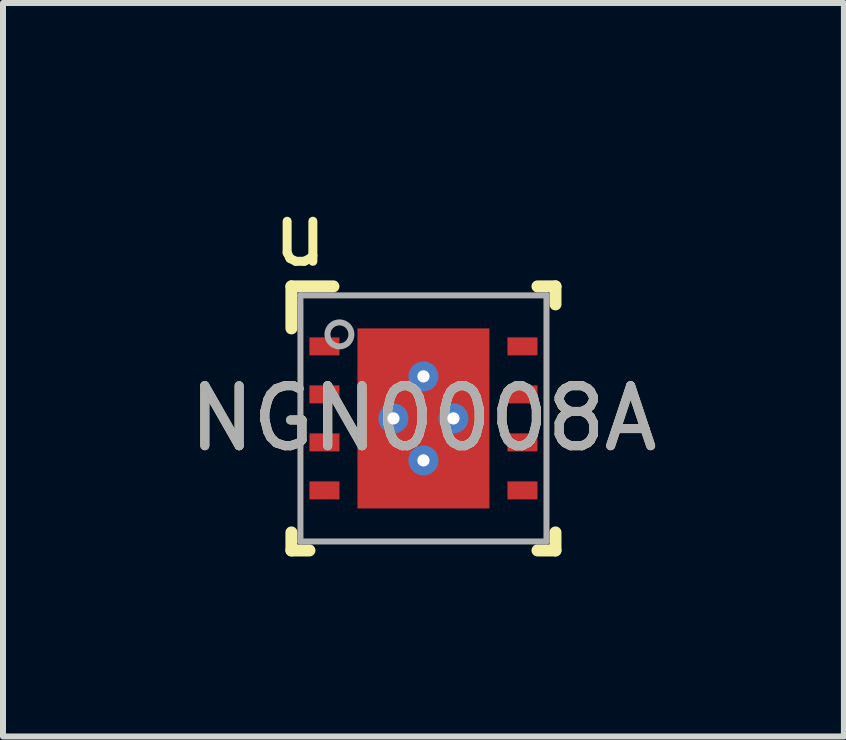
<source format=kicad_pcb>
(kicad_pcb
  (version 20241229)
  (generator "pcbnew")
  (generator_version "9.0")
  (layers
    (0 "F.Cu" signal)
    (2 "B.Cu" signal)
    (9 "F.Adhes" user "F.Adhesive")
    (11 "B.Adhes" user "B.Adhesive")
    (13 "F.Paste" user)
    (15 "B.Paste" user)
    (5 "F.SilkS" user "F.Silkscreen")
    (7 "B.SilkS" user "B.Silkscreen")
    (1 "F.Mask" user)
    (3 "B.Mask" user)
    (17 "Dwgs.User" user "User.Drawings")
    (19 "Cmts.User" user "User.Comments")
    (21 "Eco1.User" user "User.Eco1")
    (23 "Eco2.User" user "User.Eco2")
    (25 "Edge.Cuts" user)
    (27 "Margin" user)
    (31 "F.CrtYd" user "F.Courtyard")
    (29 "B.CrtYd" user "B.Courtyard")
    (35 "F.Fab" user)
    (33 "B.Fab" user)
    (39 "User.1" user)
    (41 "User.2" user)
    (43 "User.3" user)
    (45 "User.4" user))
  (footprint "NGN0008A"
    (layer "F.Cu")
    (at 4.006 3.922)
    (property "Reference" "NGN0008A" (at 0 0 0) (unlocked yes) (layer "F.SilkS") (effects (font (size 1 1) (thickness 0.15))))
    (attr smd)
    (fp_line (start -2.2 -2.2) (end -1.5 -2.2) (stroke (width 0.2) (type solid)) (layer "F.SilkS"))
    (fp_line (start -2.2 -1.5) (end -2.2 -2.2) (stroke (width 0.2) (type solid)) (layer "F.SilkS"))
    (fp_line (start -2.2 2.2) (end -2.2 1.9) (stroke (width 0.2) (type solid)) (layer "F.SilkS"))
    (fp_line (start -2.2 2.2) (end -1.9 2.2) (stroke (width 0.2) (type solid)) (layer "F.SilkS"))
    (fp_line (start 1.9 -2.2) (end 2.2 -2.2) (stroke (width 0.2) (type solid)) (layer "F.SilkS"))
    (fp_line (start 1.9 2.2) (end 2.2 2.2) (stroke (width 0.2) (type solid)) (layer "F.SilkS"))
    (fp_line (start 2.2 -1.9) (end 2.2 -2.2) (stroke (width 0.2) (type solid)) (layer "F.SilkS"))
    (fp_line (start 2.2 2.2) (end 2.2 1.9) (stroke (width 0.2) (type solid)) (layer "F.SilkS"))
    (fp_poly (pts (xy -1 -0.15) (xy -0.15 -0.15) (xy -0.15 -1.4) (xy -1 -1.4)) (stroke (width 0) (type solid)) (fill yes) (layer "F.Paste"))
    (fp_poly (pts (xy -1 1.4) (xy -0.15 1.4) (xy -0.15 0.15) (xy -1 0.15)) (stroke (width 0) (type solid)) (fill yes) (layer "F.Paste"))
    (fp_poly (pts (xy 1 -1.4) (xy 0.15 -1.4) (xy 0.15 -0.15) (xy 1 -0.15)) (stroke (width 0) (type solid)) (fill yes) (layer "F.Paste"))
    (fp_poly (pts (xy 1 0.15) (xy 0.15 0.15) (xy 0.15 1.4) (xy 1 1.4)) (stroke (width 0) (type solid)) (fill yes) (layer "F.Paste"))
    (fp_line (start -2.05 -2.05) (end 2.05 -2.05) (stroke (width 0.1) (type solid)) (layer "F.Fab"))
    (fp_line (start -2.05 2.05) (end -2.05 -2.05) (stroke (width 0.1) (type solid)) (layer "F.Fab"))
    (fp_line (start -2.05 2.05) (end 2.05 2.05) (stroke (width 0.1) (type solid)) (layer "F.Fab"))
    (fp_line (start 2.05 2.05) (end 2.05 -2.05) (stroke (width 0.1) (type solid)) (layer "F.Fab"))
    (fp_circle (center -1.4 -1.4) (end -1.2 -1.4) (stroke (width 0.1) (type solid)) (fill no) (layer "F.Fab"))
    (fp_text user "u" (at -2.057 -3.073 0) (unlocked yes) (layer "F.SilkS") (effects (font (size 1 1) (thickness 0.15))))
    (fp_text user "${REFERENCE}" (at 0 0 0) (unlocked yes) (layer "F.Fab") (effects (font (size 1 1) (thickness 0.15))))
    (pad "1" smd rect (at -1.65 -1.2 90) (size 0.3 0.5) (layers "F.Cu" "F.Mask" "F.Paste"))
    (pad "2" smd rect (at -1.65 -0.4 90) (size 0.3 0.5) (layers "F.Cu" "F.Mask" "F.Paste"))
    (pad "3" smd rect (at -1.65 0.4 90) (size 0.3 0.5) (layers "F.Cu" "F.Mask" "F.Paste"))
    (pad "4" smd rect (at -1.65 1.2 90) (size 0.3 0.5) (layers "F.Cu" "F.Mask" "F.Paste"))
    (pad "5" smd rect (at 1.65 1.2 90) (size 0.3 0.5) (layers "F.Cu" "F.Mask" "F.Paste"))
    (pad "6" smd rect (at 1.65 0.4 90) (size 0.3 0.5) (layers "F.Cu" "F.Mask" "F.Paste"))
    (pad "7" smd rect (at 1.65 -0.4 90) (size 0.3 0.5) (layers "F.Cu" "F.Mask" "F.Paste"))
    (pad "8" smd rect (at 1.65 -1.2 90) (size 0.3 0.5) (layers "F.Cu" "F.Mask" "F.Paste"))
    (pad "9" thru_hole circle (at -0.5 0) (size 0.5 0.5) (drill 0.203) (layers "*.Cu" "*.Mask"))
    (pad "9" thru_hole circle (at 0 -0.7) (size 0.5 0.5) (drill 0.203) (layers "*.Cu" "*.Mask"))
    (pad "9" smd rect (at 0 -0.000003 90) (size 3 2.2) (layers "F.Cu" "F.Mask"))
    (pad "9" thru_hole circle (at 0 0.7) (size 0.5 0.5) (drill 0.203) (layers "*.Cu" "*.Mask"))
    (pad "9" thru_hole circle (at 0.5 0) (size 0.5 0.5) (drill 0.203) (layers "*.Cu" "*.Mask")))
  (gr_rect
    (start -3 -3)
    (end 11.012 9.222)
    (stroke (width 0.1) (type default))
    (fill no)
    (layer "Edge.Cuts")))
</source>
